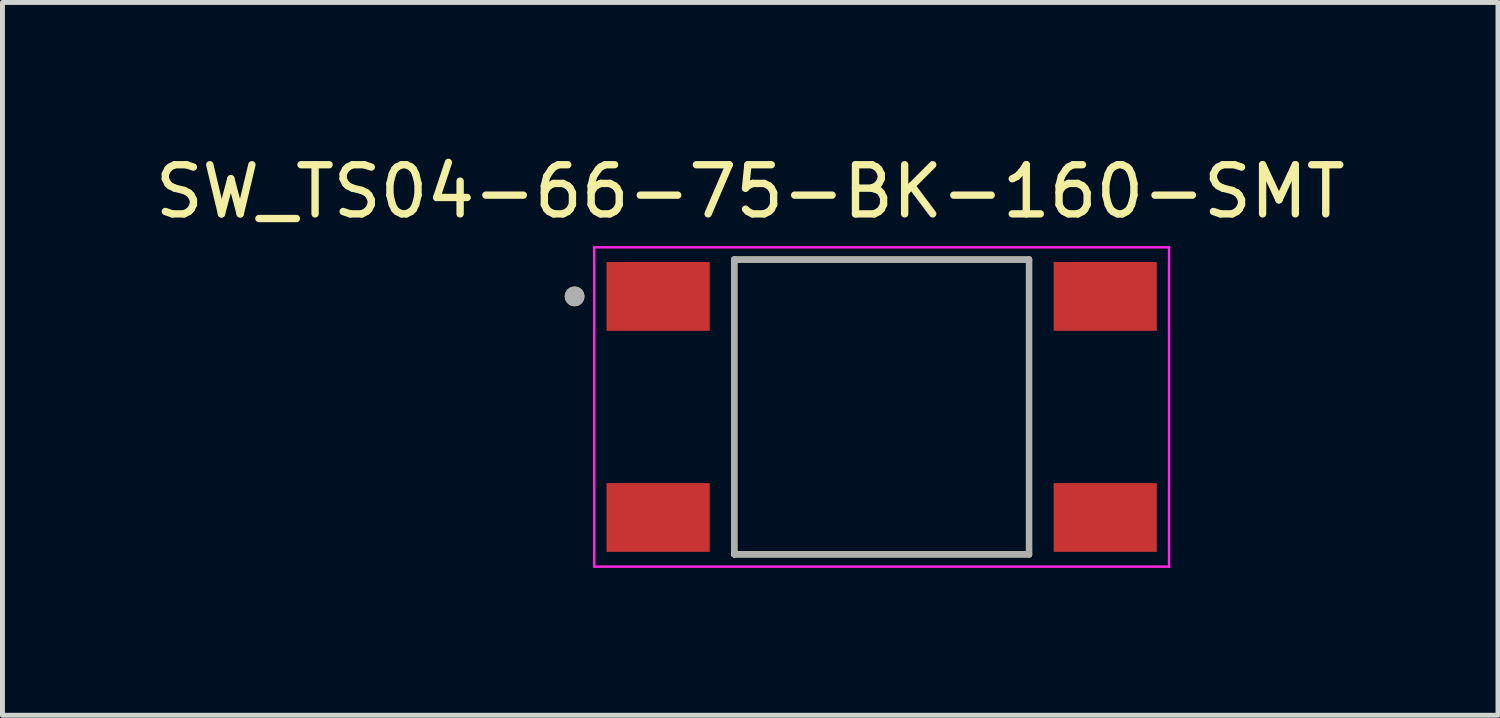
<source format=kicad_pcb>
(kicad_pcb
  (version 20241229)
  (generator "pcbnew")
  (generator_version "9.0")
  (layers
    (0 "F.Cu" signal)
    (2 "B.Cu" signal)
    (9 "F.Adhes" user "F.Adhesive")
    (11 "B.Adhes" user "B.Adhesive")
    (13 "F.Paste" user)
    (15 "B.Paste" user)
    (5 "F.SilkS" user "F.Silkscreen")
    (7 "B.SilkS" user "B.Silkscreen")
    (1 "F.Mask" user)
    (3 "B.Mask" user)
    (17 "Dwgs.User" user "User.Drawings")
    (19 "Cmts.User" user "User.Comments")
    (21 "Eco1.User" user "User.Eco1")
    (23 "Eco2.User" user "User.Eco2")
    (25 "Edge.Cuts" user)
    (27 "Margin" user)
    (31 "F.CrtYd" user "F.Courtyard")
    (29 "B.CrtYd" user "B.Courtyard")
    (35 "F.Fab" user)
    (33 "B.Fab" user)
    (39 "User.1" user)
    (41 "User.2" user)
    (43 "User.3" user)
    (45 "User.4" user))
  (footprint "SW_TS04-66-75-BK-160-SMT"
    (layer "F.Cu")
    (at 14.895 5.233)
    (property "Reference" "SW_TS04-66-75-BK-160-SMT" (at -2.675 -4.385 0) (layer "F.SilkS") (effects (font (size 1 1) (thickness 0.15))))
    (attr smd)
    (fp_line (start -3 -3) (end -3 3) (stroke (width 0.127) (type solid)) (layer "F.SilkS"))
    (fp_line (start -3 3) (end 3 3) (stroke (width 0.127) (type solid)) (layer "F.SilkS"))
    (fp_line (start 3 -3) (end -3 -3) (stroke (width 0.127) (type solid)) (layer "F.SilkS"))
    (fp_line (start 3 3) (end 3 -3) (stroke (width 0.127) (type solid)) (layer "F.SilkS"))
    (fp_circle (center -6.25 -2.25) (end -6.15 -2.25) (stroke (width 0.2) (type solid)) (fill no) (layer "F.SilkS"))
    (fp_line (start -5.85 -3.25) (end -5.85 3.25) (stroke (width 0.05) (type solid)) (layer "F.CrtYd"))
    (fp_line (start -5.85 3.25) (end 5.85 3.25) (stroke (width 0.05) (type solid)) (layer "F.CrtYd"))
    (fp_line (start 5.85 -3.25) (end -5.85 -3.25) (stroke (width 0.05) (type solid)) (layer "F.CrtYd"))
    (fp_line (start 5.85 3.25) (end 5.85 -3.25) (stroke (width 0.05) (type solid)) (layer "F.CrtYd"))
    (fp_line (start -3 -3) (end -3 3) (stroke (width 0.127) (type solid)) (layer "F.Fab"))
    (fp_line (start -3 3) (end 3 3) (stroke (width 0.127) (type solid)) (layer "F.Fab"))
    (fp_line (start 3 -3) (end -3 -3) (stroke (width 0.127) (type solid)) (layer "F.Fab"))
    (fp_line (start 3 3) (end 3 -3) (stroke (width 0.127) (type solid)) (layer "F.Fab"))
    (fp_circle (center -6.25 -2.25) (end -6.15 -2.25) (stroke (width 0.2) (type solid)) (fill no) (layer "F.Fab"))
    (pad "1" smd rect (at -4.55 -2.25) (size 2.1 1.4) (layers "F.Cu" "F.Mask" "F.Paste"))
    (pad "2" smd rect (at -4.55 2.25) (size 2.1 1.4) (layers "F.Cu" "F.Mask" "F.Paste"))
    (pad "3" smd rect (at 4.55 -2.25) (size 2.1 1.4) (layers "F.Cu" "F.Mask" "F.Paste"))
    (pad "4" smd rect (at 4.55 2.25) (size 2.1 1.4) (layers "F.Cu" "F.Mask" "F.Paste")))
  (gr_rect
    (start -3 -3)
    (end 27.44 11.508)
    (stroke (width 0.1) (type default))
    (fill no)
    (layer "Edge.Cuts")))
</source>
